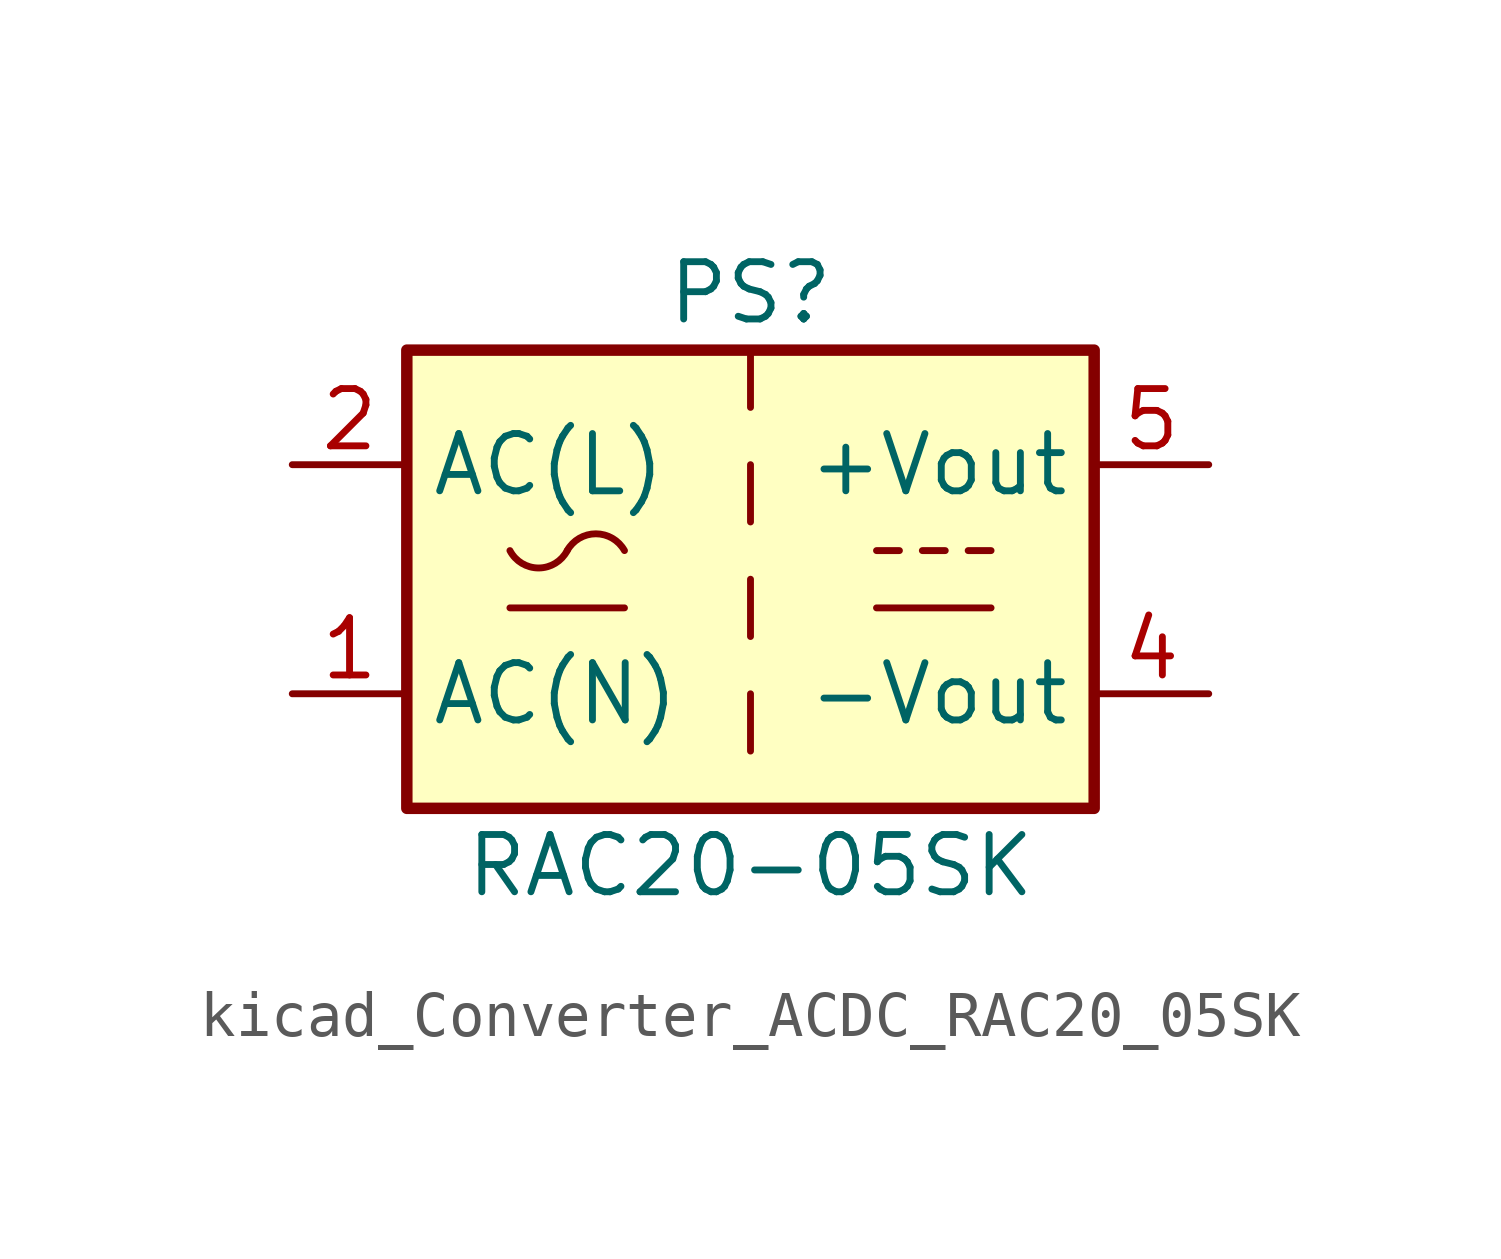
<source format=kicad_sym>
(kicad_symbol_lib
  (version 20220914)
  (generator kicad_symbol_editor)
  (symbol "kicad_Converter_ACDC_RAC20_05SK"
    (property "Reference" "PS"
      (at 0 6.35 0)
      (effects (font (size 1.27 1.27))))
    (property "Value" "RAC20-05SK"
      (at 0 -6.35 0)
      (effects (font (size 1.27 1.27))))
    (symbol "kicad_Converter_ACDC_RAC20_05SK_1_1"
      (rectangle (start -7.62 5.08) (end 7.62 -5.08) (stroke (width 0.254) (type default)) (fill (type background)))
      (arc (start -5.334 0.635) (mid -4.699 0.2495) (end -4.064 0.635) (stroke (width 0) (type default)) (fill (type none)))
      (arc (start -2.794 0.635) (mid -3.429 1.0072) (end -4.064 0.635) (stroke (width 0) (type default)) (fill (type none)))
      (polyline (pts (xy -5.334 -0.635) (xy -2.794 -0.635)) (stroke (width 0) (type default)) (fill (type none)))
      (polyline (pts (xy 0 -2.54) (xy 0 -3.81)) (stroke (width 0) (type default)) (fill (type none)))
      (polyline (pts (xy 0 0) (xy 0 -1.27)) (stroke (width 0) (type default)) (fill (type none)))
      (polyline (pts (xy 0 2.54) (xy 0 1.27)) (stroke (width 0) (type default)) (fill (type none)))
      (polyline (pts (xy 0 5.08) (xy 0 3.81)) (stroke (width 0) (type default)) (fill (type none)))
      (polyline (pts (xy 2.794 -0.635) (xy 5.334 -0.635)) (stroke (width 0) (type default)) (fill (type none)))
      (polyline (pts (xy 2.794 0.635) (xy 3.302 0.635)) (stroke (width 0) (type default)) (fill (type none)))
      (polyline (pts (xy 3.81 0.635) (xy 4.318 0.635)) (stroke (width 0) (type default)) (fill (type none)))
      (polyline (pts (xy 4.826 0.635) (xy 5.334 0.635)) (stroke (width 0) (type default)) (fill (type none)))
      (pin power_in line (at -10.16 -2.54 0) (length 2.54) (name "AC(N)" (effects (font (size 1.27 1.27)))) (number "1" (effects (font (size 1.27 1.27)))))
      (pin power_in line (at -10.16 2.54 0) (length 2.54) (name "AC(L)" (effects (font (size 1.27 1.27)))) (number "2" (effects (font (size 1.27 1.27)))))
      (pin power_out line (at 10.16 -2.54 180) (length 2.54) (name "-Vout" (effects (font (size 1.27 1.27)))) (number "4" (effects (font (size 1.27 1.27)))))
      (pin power_out line (at 10.16 2.54 180) (length 2.54) (name "+Vout" (effects (font (size 1.27 1.27)))) (number "5" (effects (font (size 1.27 1.27))))))))
</source>
